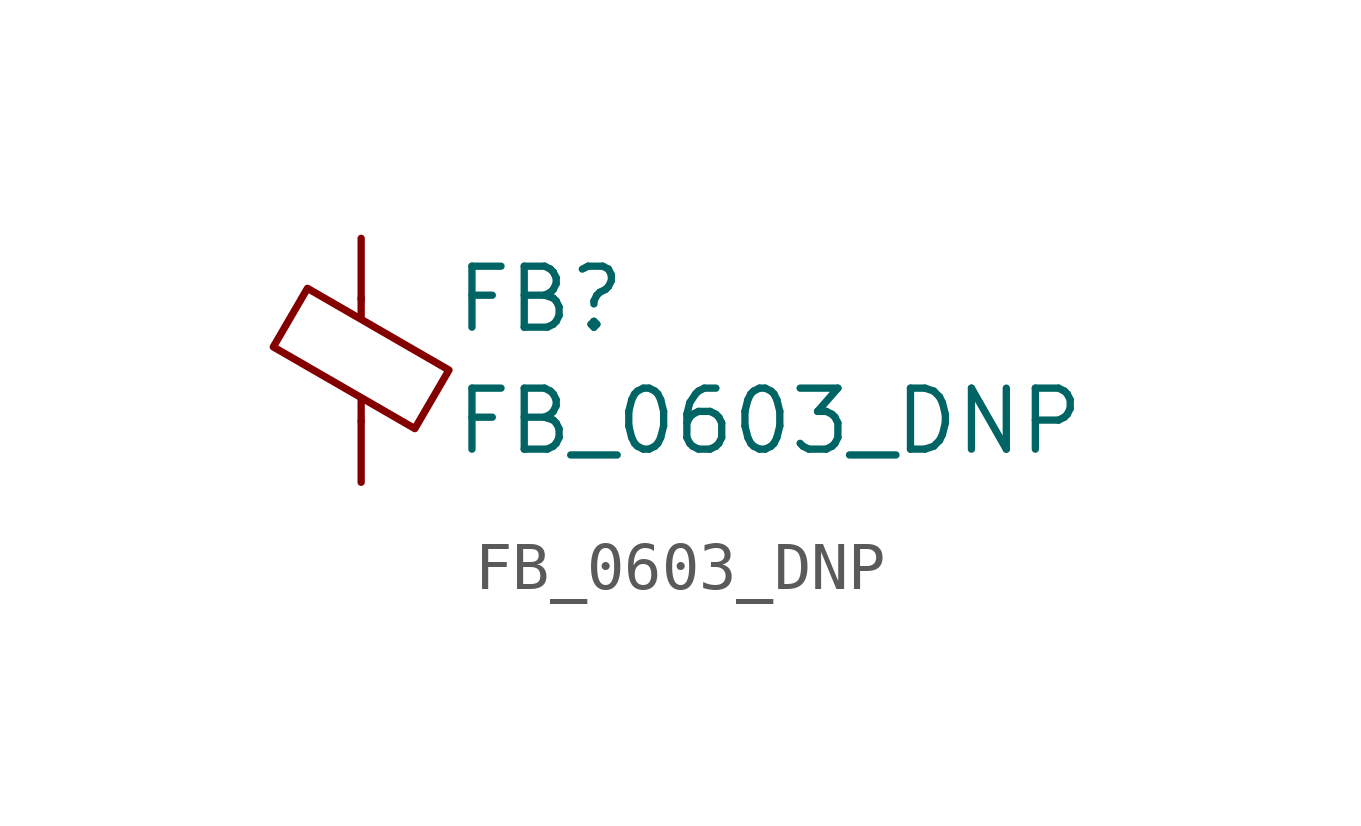
<source format=kicad_sym>
(kicad_symbol_lib
  (version 20220914)
  (generator kicad_symbol_editor)
  (symbol "FB_0603_DNP"
    (pin_numbers hide)
    (pin_names
      (offset 0))
    (property "Reference" "FB"
      (at 1.905 1.27 0)
      (effects (font (size 1.27 1.27)) (justify left)))
    (property "Value" "FB_0603_DNP"
      (at 1.905 -1.27 0)
      (effects (font (size 1.27 1.27)) (justify left)))
    (symbol "FB_0603_DNP_0_1"
      (polyline (pts (xy 0 -1.27) (xy 0 -0.787)) (stroke (width 0) (type default)) (fill (type none)))
      (polyline (pts (xy 0 0.889) (xy 0 1.295)) (stroke (width 0) (type default)) (fill (type none)))
      (polyline (pts (xy -1.829 0.279) (xy -1.118 1.499) (xy 1.829 -0.203) (xy 1.118 -1.422) (xy -1.829 0.279)) (stroke (width 0) (type default)) (fill (type none))))
    (symbol "FB_0603_DNP_1_1"
      (pin passive line (at 0 2.54 270) (length 1.27) (name "~" (effects (font (size 1.27 1.27)))) (number "1" (effects (font (size 1.27 1.27)))))
      (pin passive line (at 0 -2.54 90) (length 1.27) (name "~" (effects (font (size 1.27 1.27)))) (number "2" (effects (font (size 1.27 1.27))))))))
</source>
